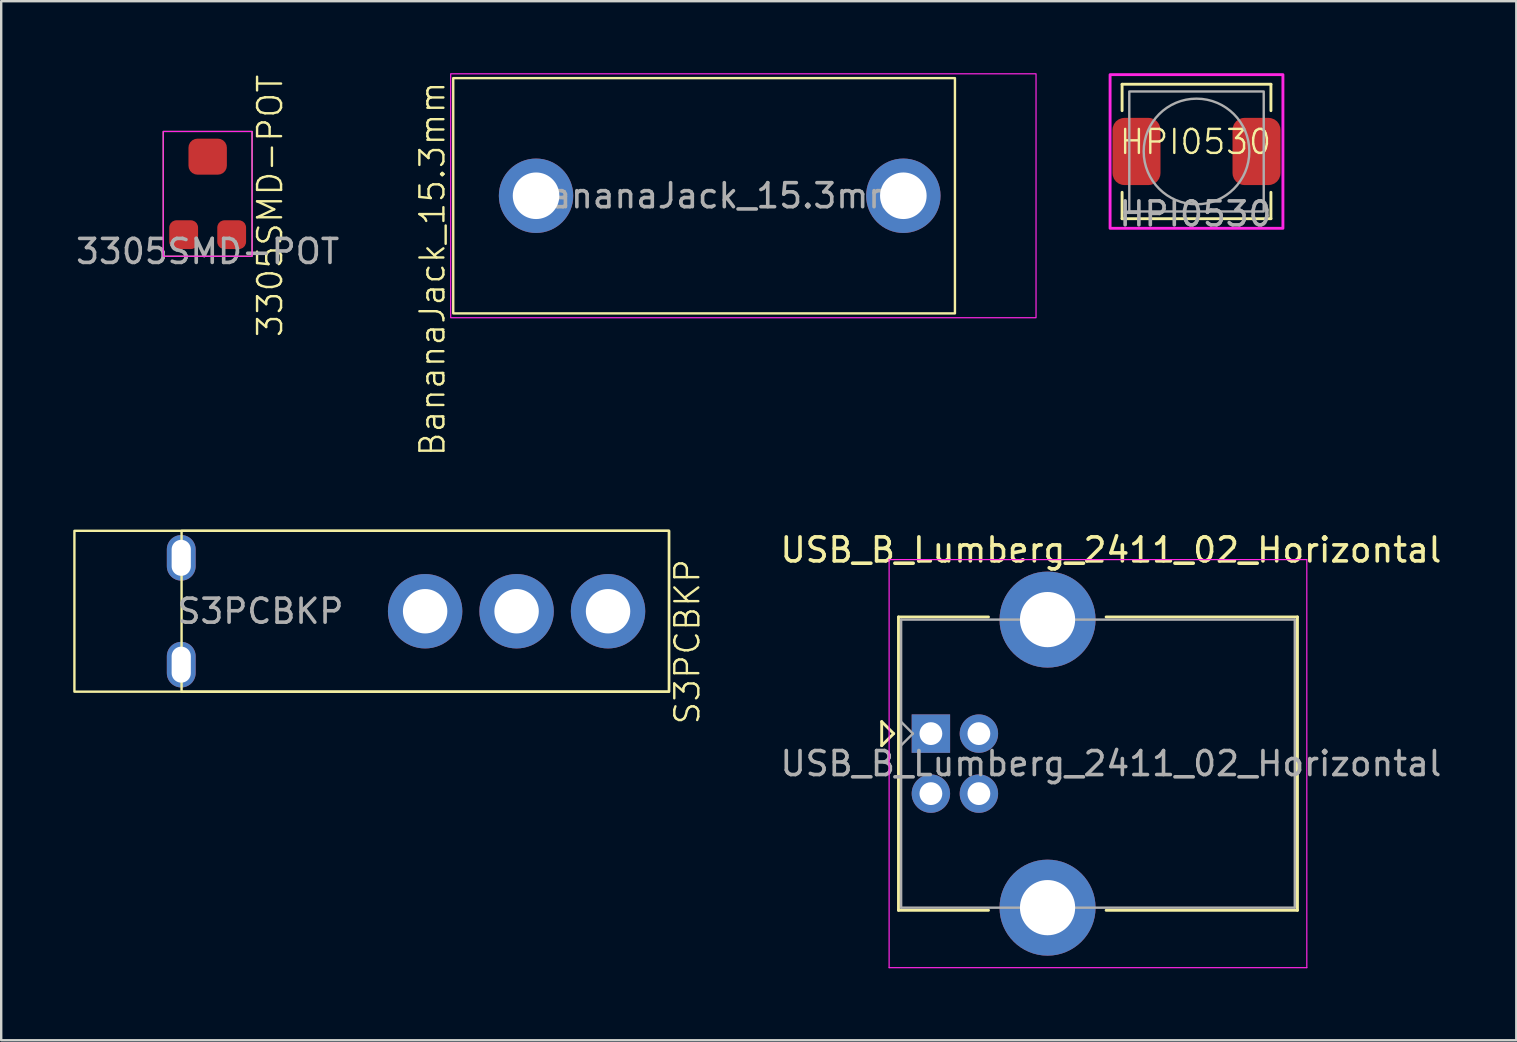
<source format=kicad_pcb>
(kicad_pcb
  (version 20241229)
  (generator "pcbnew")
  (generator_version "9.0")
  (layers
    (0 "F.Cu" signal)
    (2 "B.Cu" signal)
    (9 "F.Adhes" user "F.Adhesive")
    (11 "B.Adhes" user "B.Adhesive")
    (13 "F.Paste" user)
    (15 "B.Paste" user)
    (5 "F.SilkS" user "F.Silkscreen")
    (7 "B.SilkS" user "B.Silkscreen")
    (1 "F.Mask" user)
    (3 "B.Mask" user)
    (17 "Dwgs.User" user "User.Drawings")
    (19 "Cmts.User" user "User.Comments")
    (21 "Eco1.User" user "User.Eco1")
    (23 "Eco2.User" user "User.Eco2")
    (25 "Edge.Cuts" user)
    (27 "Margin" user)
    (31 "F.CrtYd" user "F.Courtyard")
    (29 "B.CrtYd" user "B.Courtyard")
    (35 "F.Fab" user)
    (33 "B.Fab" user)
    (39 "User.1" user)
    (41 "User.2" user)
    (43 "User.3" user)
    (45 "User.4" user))
  (footprint "USB_B_Lumberg_2411_02_Horizontal"
    (layer "F.Cu")
    (at 35.729 27.511)
    (property "Reference" "USB_B_Lumberg_2411_02_Horizontal" (at 7.5 -7.65 0) (layer "F.SilkS") (effects (font (size 1 1) (thickness 0.15))))
    (attr through_hole)
    (fp_line (start -2.05 -0.5) (end -2.05 0.5) (stroke (width 0.12) (type solid)) (layer "F.SilkS"))
    (fp_line (start -2.05 0.5) (end -1.55 0) (stroke (width 0.12) (type solid)) (layer "F.SilkS"))
    (fp_line (start -1.55 0) (end -2.05 -0.5) (stroke (width 0.12) (type solid)) (layer "F.SilkS"))
    (fp_line (start -1.35 -4.86) (end 2.4 -4.86) (stroke (width 0.12) (type solid)) (layer "F.SilkS"))
    (fp_line (start -1.35 7.36) (end -1.35 -4.86) (stroke (width 0.12) (type solid)) (layer "F.SilkS"))
    (fp_line (start -1.35 7.36) (end 2.4 7.36) (stroke (width 0.12) (type solid)) (layer "F.SilkS"))
    (fp_line (start 15.27 -4.86) (end 7.3 -4.86) (stroke (width 0.12) (type solid)) (layer "F.SilkS"))
    (fp_line (start 15.27 7.36) (end 7.3 7.36) (stroke (width 0.12) (type solid)) (layer "F.SilkS"))
    (fp_line (start 15.27 7.36) (end 15.27 -4.86) (stroke (width 0.12) (type solid)) (layer "F.SilkS"))
    (fp_line (start -1.74 -7.25) (end -1.74 9.75) (stroke (width 0.05) (type solid)) (layer "F.CrtYd"))
    (fp_line (start -1.74 9.75) (end 15.66 9.75) (stroke (width 0.05) (type solid)) (layer "F.CrtYd"))
    (fp_line (start 15.66 -7.25) (end -1.74 -7.25) (stroke (width 0.05) (type solid)) (layer "F.CrtYd"))
    (fp_line (start 15.66 9.75) (end 15.66 -7.25) (stroke (width 0.05) (type solid)) (layer "F.CrtYd"))
    (fp_line (start -1.24 -4.75) (end 15.16 -4.75) (stroke (width 0.1) (type solid)) (layer "F.Fab"))
    (fp_line (start -1.24 0.49) (end -0.75 0) (stroke (width 0.1) (type solid)) (layer "F.Fab"))
    (fp_line (start -1.24 7.25) (end -1.24 -4.75) (stroke (width 0.1) (type solid)) (layer "F.Fab"))
    (fp_line (start -0.75 0) (end -1.24 -0.49) (stroke (width 0.1) (type solid)) (layer "F.Fab"))
    (fp_line (start 15.16 -4.75) (end 15.16 7.25) (stroke (width 0.1) (type solid)) (layer "F.Fab"))
    (fp_line (start 15.16 7.25) (end -1.24 7.25) (stroke (width 0.1) (type solid)) (layer "F.Fab"))
    (fp_text user "${REFERENCE}" (at 7.5 1.25 180) (layer "F.Fab") (effects (font (size 1 1) (thickness 0.15))))
    (pad "1" thru_hole rect (at 0 0 90) (size 1.6 1.6) (drill 0.95) (layers "*.Cu" "*.Mask"))
    (pad "2" thru_hole circle (at 0 2.5 90) (size 1.6 1.6) (drill 0.95) (layers "*.Cu" "*.Mask"))
    (pad "3" thru_hole circle (at 2 2.5 90) (size 1.6 1.6) (drill 0.95) (layers "*.Cu" "*.Mask"))
    (pad "4" thru_hole circle (at 2 0 90) (size 1.6 1.6) (drill 0.95) (layers "*.Cu" "*.Mask"))
    (pad "5" thru_hole circle (at 4.86 -4.75 90) (size 4 4) (drill 2.3) (layers "*.Cu" "*.Mask"))
    (pad "5" thru_hole circle (at 4.86 7.25 90) (size 4 4) (drill 2.3) (layers "*.Cu" "*.Mask")))
  (footprint "3305SMD-POT"
    (layer "F.Cu")
    (at 5.601 4.926)
    (property "Reference" "3305SMD-POT" (at 2.6 0.6 90) (unlocked yes) (layer "F.SilkS") (effects (font (size 1 1) (thickness 0.1))))
    (attr smd)
    (fp_rect (start -1.85 -2.5) (end 1.85 2.7) (stroke (width 0.05) (type default)) (fill no) (layer "F.SilkS"))
    (fp_rect (start -1.85 -2.5) (end 1.85 2.7) (stroke (width 0.05) (type default)) (fill no) (layer "F.CrtYd"))
    (fp_text user "${REFERENCE}" (at 0 2.5 0) (unlocked yes) (layer "F.Fab") (effects (font (size 1 1) (thickness 0.15))))
    (pad "1" smd roundrect (at 0 -1.45) (size 1.6 1.5) (layers "F.Cu" "F.Mask" "F.Paste") (roundrect_rratio 0.25))
    (pad "1" smd roundrect (at 1 1.8) (size 1.2 1.2) (layers "F.Cu" "F.Mask" "F.Paste") (roundrect_rratio 0.25))
    (pad "2" smd roundrect (at -1 1.8) (size 1.2 1.2) (layers "F.Cu" "F.Mask" "F.Paste") (roundrect_rratio 0.25)))
  (footprint "S3PCBKP"
    (layer "F.Cu")
    (at 4.5 22.413)
    (property "Reference" "S3PCBKP" (at 21.082 1.27 90) (unlocked yes) (layer "F.SilkS") (effects (font (size 1 1) (thickness 0.1))))
    (attr through_hole)
    (fp_rect (start -4.45 -3.35) (end 20.32 3.35) (stroke (width 0.1) (type default)) (fill no) (layer "F.SilkS"))
    (fp_rect (start 0.014 -3.35) (end 20.32 3.35) (stroke (width 0.1) (type default)) (fill no) (layer "F.SilkS"))
    (fp_text user "${REFERENCE}" (at 3.302 0 0) (unlocked yes) (layer "F.Fab") (effects (font (size 1 1) (thickness 0.15))))
    (pad "1" thru_hole circle (at 10.16 0) (size 3.1 3.1) (drill 1.85) (layers "*.Cu" "*.Mask"))
    (pad "2" thru_hole circle (at 13.97 0) (size 3.1 3.1) (drill 1.85) (layers "*.Cu" "*.Mask"))
    (pad "3" thru_hole circle (at 17.78 0) (size 3.1 3.1) (drill 1.85) (layers "*.Cu" "*.Mask"))
    (pad "MP" thru_hole oval (at 0 -2.225) (size 1.2 1.9) (drill oval 0.8 1.5) (layers "*.Cu" "*.Mask"))
    (pad "MP" thru_hole oval (at 0 2.225) (size 1.2 1.9) (drill oval 0.8 1.5) (layers "*.Cu" "*.Mask")))
  (footprint "HPI0530"
    (layer "F.Cu")
    (at 46.794 3.26)
    (property "Reference" "HPI0530" (at -0.044 -0.398 0) (unlocked yes) (layer "F.SilkS") (effects (font (size 1 1) (thickness 0.1))))
    (attr smd)
    (fp_line (start -3.1 -2.8) (end 3.1 -2.8) (stroke (width 0.12) (type default)) (layer "F.SilkS"))
    (fp_line (start -3.1 -1.7) (end -3.1 -2.8) (stroke (width 0.12) (type default)) (layer "F.SilkS"))
    (fp_line (start -3.1 1.7) (end -3.1 2.8) (stroke (width 0.12) (type default)) (layer "F.SilkS"))
    (fp_line (start -3.1 2.8) (end 3.1 2.8) (stroke (width 0.12) (type default)) (layer "F.SilkS"))
    (fp_line (start 3.1 -2.8) (end 3.1 -1.7) (stroke (width 0.12) (type default)) (layer "F.SilkS"))
    (fp_line (start 3.1 2.8) (end 3.1 1.7) (stroke (width 0.12) (type default)) (layer "F.SilkS"))
    (fp_rect (start -3.6 -3.2) (end 3.6 3.2) (stroke (width 0.12) (type default)) (fill no) (layer "F.CrtYd"))
    (fp_rect (start -2.8 -2.5) (end 2.8 2.5) (stroke (width 0.1) (type default)) (fill no) (layer "F.Fab"))
    (fp_circle (center 0 0) (end 2.2 0) (stroke (width 0.1) (type default)) (fill no) (layer "F.Fab"))
    (fp_text user "${REFERENCE}" (at -0.044 2.602 0) (unlocked yes) (layer "F.Fab") (effects (font (size 1 1) (thickness 0.15))))
    (pad "1" smd roundrect (at -2.5 0) (size 2 2.8) (layers "F.Cu" "F.Mask" "F.Paste") (roundrect_rratio 0.25))
    (pad "2" smd roundrect (at 2.5 0) (size 2 2.8) (layers "F.Cu" "F.Mask" "F.Paste") (roundrect_rratio 0.25)))
  (footprint "BananaJack_15.3mm"
    (layer "F.Cu")
    (at 19.281 5.105)
    (property "Reference" "BananaJack_15.3mm" (at -4.318 3.048 90) (unlocked yes) (layer "F.SilkS") (effects (font (size 1 1) (thickness 0.1))))
    (attr through_hole)
    (fp_rect (start -3.45 4.9) (end 17.45 -4.9) (stroke (width 0.1) (type default)) (fill no) (layer "F.SilkS"))
    (fp_rect (start -3.556 -5.08) (end 20.828 5.08) (stroke (width 0.05) (type default)) (fill no) (layer "F.CrtYd"))
    (fp_text user "${REFERENCE}" (at 7.366 0 0) (unlocked yes) (layer "F.Fab") (effects (font (size 1 1) (thickness 0.15))))
    (pad "1" thru_hole circle (at 0 0) (size 3.1 3.1) (drill 1.94) (layers "*.Cu" "*.Mask"))
    (pad "1" thru_hole circle (at 15.3 0) (size 3.1 3.1) (drill 1.94) (layers "*.Cu" "*.Mask")))
  (gr_rect
    (start -3 -3)
    (end 60.116 40.286)
    (stroke (width 0.1) (type default))
    (fill no)
    (layer "Edge.Cuts")))
</source>
